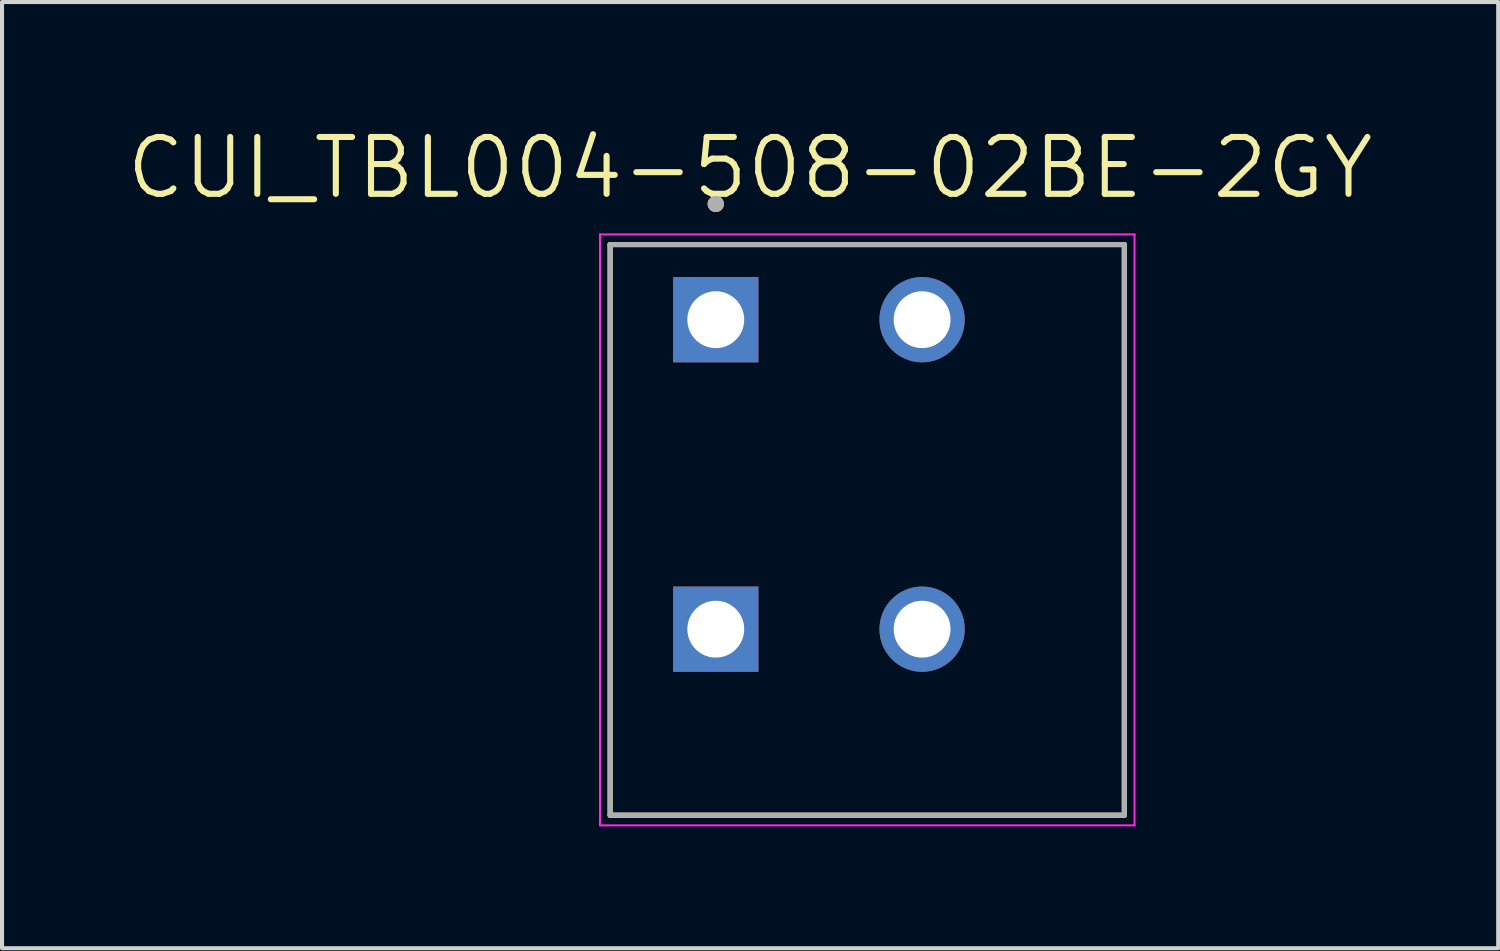
<source format=kicad_pcb>
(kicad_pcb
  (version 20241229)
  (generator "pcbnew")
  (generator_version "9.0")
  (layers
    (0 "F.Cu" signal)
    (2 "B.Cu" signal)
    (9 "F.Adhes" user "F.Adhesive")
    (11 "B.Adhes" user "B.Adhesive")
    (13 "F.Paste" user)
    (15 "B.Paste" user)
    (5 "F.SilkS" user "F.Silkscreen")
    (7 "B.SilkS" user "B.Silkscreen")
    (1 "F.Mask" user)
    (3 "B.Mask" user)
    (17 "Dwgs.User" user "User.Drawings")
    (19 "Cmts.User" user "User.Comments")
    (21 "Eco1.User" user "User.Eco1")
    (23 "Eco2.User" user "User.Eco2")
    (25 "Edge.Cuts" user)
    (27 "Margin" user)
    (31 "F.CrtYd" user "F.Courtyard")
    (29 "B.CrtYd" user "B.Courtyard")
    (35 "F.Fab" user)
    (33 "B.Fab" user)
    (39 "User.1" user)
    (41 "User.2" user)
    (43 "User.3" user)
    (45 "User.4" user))
  (footprint "CUI_TBL004-508-02BE-2GY"
    (layer "F.Cu")
    (at 14.573 4.821)
    (property "Reference" "CUI_TBL004-508-02BE-2GY" (at 0.845 -3.739 0) (layer "F.SilkS") (effects (font (size 1.4 1.4) (thickness 0.15))))
    (attr through_hole)
    (fp_line (start -2.6 -1.85) (end 10.06 -1.85) (stroke (width 0.127) (type solid)) (layer "F.SilkS"))
    (fp_line (start -2.6 12.2) (end -2.6 -1.85) (stroke (width 0.127) (type solid)) (layer "F.SilkS"))
    (fp_line (start 10.06 -1.85) (end 10.06 12.2) (stroke (width 0.127) (type solid)) (layer "F.SilkS"))
    (fp_line (start 10.06 12.2) (end -2.6 12.2) (stroke (width 0.127) (type solid)) (layer "F.SilkS"))
    (fp_circle (center 0 -2.85) (end 0.1 -2.85) (stroke (width 0.2) (type solid)) (fill no) (layer "F.SilkS"))
    (fp_line (start -2.85 -2.1) (end 10.31 -2.1) (stroke (width 0.05) (type solid)) (layer "F.CrtYd"))
    (fp_line (start -2.85 12.45) (end -2.85 -2.1) (stroke (width 0.05) (type solid)) (layer "F.CrtYd"))
    (fp_line (start 10.31 -2.1) (end 10.31 12.45) (stroke (width 0.05) (type solid)) (layer "F.CrtYd"))
    (fp_line (start 10.31 12.45) (end -2.85 12.45) (stroke (width 0.05) (type solid)) (layer "F.CrtYd"))
    (fp_line (start -2.6 -1.85) (end 10.06 -1.85) (stroke (width 0.127) (type solid)) (layer "F.Fab"))
    (fp_line (start -2.6 12.2) (end -2.6 -1.85) (stroke (width 0.127) (type solid)) (layer "F.Fab"))
    (fp_line (start 10.06 -1.85) (end 10.06 12.2) (stroke (width 0.127) (type solid)) (layer "F.Fab"))
    (fp_line (start 10.06 12.2) (end -2.6 12.2) (stroke (width 0.127) (type solid)) (layer "F.Fab"))
    (fp_circle (center 0 -2.85) (end 0.1 -2.85) (stroke (width 0.2) (type solid)) (fill no) (layer "F.Fab"))
    (pad "1_A" thru_hole rect (at 0 0) (size 2.1 2.1) (drill 1.4) (layers "*.Cu" "*.Mask"))
    (pad "1_B" thru_hole rect (at 0 7.62) (size 2.1 2.1) (drill 1.4) (layers "*.Cu" "*.Mask"))
    (pad "2_A" thru_hole circle (at 5.08 0) (size 2.1 2.1) (drill 1.4) (layers "*.Cu" "*.Mask"))
    (pad "2_B" thru_hole circle (at 5.08 7.62) (size 2.1 2.1) (drill 1.4) (layers "*.Cu" "*.Mask")))
  (gr_rect
    (start -3 -3)
    (end 33.837 20.296)
    (stroke (width 0.1) (type default))
    (fill no)
    (layer "Edge.Cuts")))
</source>
